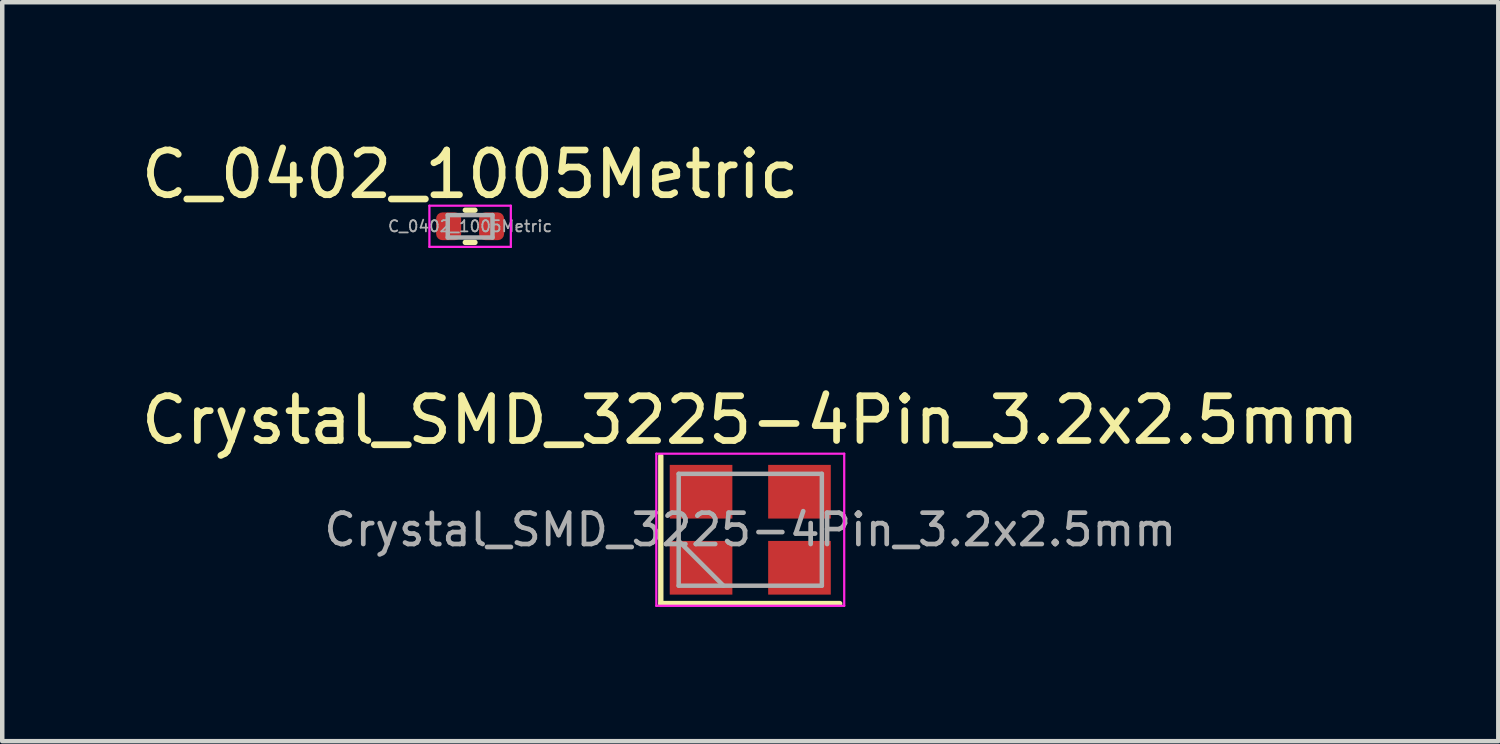
<source format=kicad_pcb>
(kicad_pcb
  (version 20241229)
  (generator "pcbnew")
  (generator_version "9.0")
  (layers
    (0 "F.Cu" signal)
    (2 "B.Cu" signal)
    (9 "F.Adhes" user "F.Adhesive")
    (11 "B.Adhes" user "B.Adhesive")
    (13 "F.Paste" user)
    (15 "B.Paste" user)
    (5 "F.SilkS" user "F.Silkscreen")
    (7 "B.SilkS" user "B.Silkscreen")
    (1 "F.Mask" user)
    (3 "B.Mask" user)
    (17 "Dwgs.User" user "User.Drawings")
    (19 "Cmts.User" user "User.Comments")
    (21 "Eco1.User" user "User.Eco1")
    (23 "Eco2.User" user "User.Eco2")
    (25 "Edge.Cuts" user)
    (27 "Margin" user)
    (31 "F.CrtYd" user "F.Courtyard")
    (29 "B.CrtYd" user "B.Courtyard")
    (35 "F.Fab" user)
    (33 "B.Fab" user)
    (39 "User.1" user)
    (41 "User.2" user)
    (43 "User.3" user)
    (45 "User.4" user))
  (footprint "Crystal_SMD_3225-4Pin_3.2x2.5mm"
    (layer "F.Cu")
    (at 13.72 8.791)
    (property "Reference" "Crystal_SMD_3225-4Pin_3.2x2.5mm" (at 0 -2.45 0) (layer "F.SilkS") (effects (font (size 1 1) (thickness 0.15))))
    (attr smd)
    (fp_line (start -2 -1.65) (end -2 1.65) (stroke (width 0.12) (type solid)) (layer "F.SilkS"))
    (fp_line (start -2 1.65) (end 2 1.65) (stroke (width 0.12) (type solid)) (layer "F.SilkS"))
    (fp_line (start -2.1 -1.7) (end -2.1 1.7) (stroke (width 0.05) (type solid)) (layer "F.CrtYd"))
    (fp_line (start -2.1 1.7) (end 2.1 1.7) (stroke (width 0.05) (type solid)) (layer "F.CrtYd"))
    (fp_line (start 2.1 -1.7) (end -2.1 -1.7) (stroke (width 0.05) (type solid)) (layer "F.CrtYd"))
    (fp_line (start 2.1 1.7) (end 2.1 -1.7) (stroke (width 0.05) (type solid)) (layer "F.CrtYd"))
    (fp_line (start -1.6 -1.25) (end -1.6 1.25) (stroke (width 0.1) (type solid)) (layer "F.Fab"))
    (fp_line (start -1.6 0.25) (end -0.6 1.25) (stroke (width 0.1) (type solid)) (layer "F.Fab"))
    (fp_line (start -1.6 1.25) (end 1.6 1.25) (stroke (width 0.1) (type solid)) (layer "F.Fab"))
    (fp_line (start 1.6 -1.25) (end -1.6 -1.25) (stroke (width 0.1) (type solid)) (layer "F.Fab"))
    (fp_line (start 1.6 1.25) (end 1.6 -1.25) (stroke (width 0.1) (type solid)) (layer "F.Fab"))
    (fp_text user "${REFERENCE}" (at 0 0 0) (layer "F.Fab") (effects (font (size 0.7 0.7) (thickness 0.105))))
    (pad "1" smd rect (at -1.1 0.85) (size 1.4 1.2) (layers "F.Cu" "F.Mask" "F.Paste"))
    (pad "2" smd rect (at 1.1 0.85) (size 1.4 1.2) (layers "F.Cu" "F.Mask" "F.Paste"))
    (pad "3" smd rect (at 1.1 -0.85) (size 1.4 1.2) (layers "F.Cu" "F.Mask" "F.Paste"))
    (pad "4" smd rect (at -1.1 -0.85) (size 1.4 1.2) (layers "F.Cu" "F.Mask" "F.Paste")))
  (footprint "C_0402_1005Metric"
    (layer "F.Cu")
    (at 7.458 2.008)
    (property "Reference" "C_0402_1005Metric" (at 0 -1.16 0) (layer "F.SilkS") (effects (font (size 1 1) (thickness 0.15))))
    (attr smd)
    (fp_line (start -0.108 -0.36) (end 0.108 -0.36) (stroke (width 0.12) (type solid)) (layer "F.SilkS"))
    (fp_line (start -0.108 0.36) (end 0.108 0.36) (stroke (width 0.12) (type solid)) (layer "F.SilkS"))
    (fp_line (start -0.91 -0.46) (end 0.91 -0.46) (stroke (width 0.05) (type solid)) (layer "F.CrtYd"))
    (fp_line (start -0.91 0.46) (end -0.91 -0.46) (stroke (width 0.05) (type solid)) (layer "F.CrtYd"))
    (fp_line (start 0.91 -0.46) (end 0.91 0.46) (stroke (width 0.05) (type solid)) (layer "F.CrtYd"))
    (fp_line (start 0.91 0.46) (end -0.91 0.46) (stroke (width 0.05) (type solid)) (layer "F.CrtYd"))
    (fp_line (start -0.5 -0.25) (end 0.5 -0.25) (stroke (width 0.1) (type solid)) (layer "F.Fab"))
    (fp_line (start -0.5 0.25) (end -0.5 -0.25) (stroke (width 0.1) (type solid)) (layer "F.Fab"))
    (fp_line (start 0.5 -0.25) (end 0.5 0.25) (stroke (width 0.1) (type solid)) (layer "F.Fab"))
    (fp_line (start 0.5 0.25) (end -0.5 0.25) (stroke (width 0.1) (type solid)) (layer "F.Fab"))
    (fp_text user "${REFERENCE}" (at 0 0 0) (layer "F.Fab") (effects (font (size 0.25 0.25) (thickness 0.04))))
    (pad "1" smd roundrect (at -0.48 0) (size 0.56 0.62) (layers "F.Cu" "F.Mask" "F.Paste") (roundrect_rratio 0.25))
    (pad "2" smd roundrect (at 0.48 0) (size 0.56 0.62) (layers "F.Cu" "F.Mask" "F.Paste") (roundrect_rratio 0.25)))
  (gr_rect
    (start -3 -3)
    (end 30.44 13.517)
    (stroke (width 0.1) (type default))
    (fill no)
    (layer "Edge.Cuts")))
</source>
